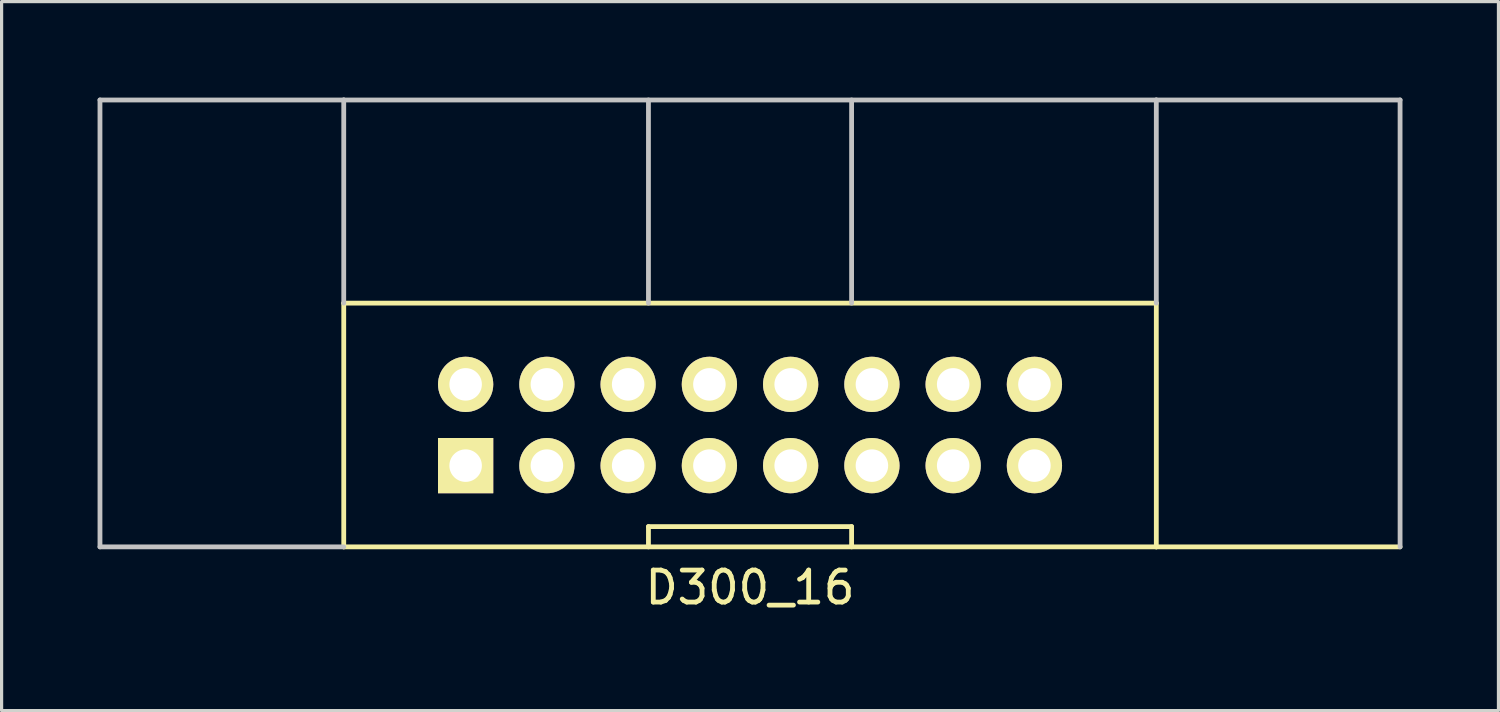
<source format=kicad_pcb>
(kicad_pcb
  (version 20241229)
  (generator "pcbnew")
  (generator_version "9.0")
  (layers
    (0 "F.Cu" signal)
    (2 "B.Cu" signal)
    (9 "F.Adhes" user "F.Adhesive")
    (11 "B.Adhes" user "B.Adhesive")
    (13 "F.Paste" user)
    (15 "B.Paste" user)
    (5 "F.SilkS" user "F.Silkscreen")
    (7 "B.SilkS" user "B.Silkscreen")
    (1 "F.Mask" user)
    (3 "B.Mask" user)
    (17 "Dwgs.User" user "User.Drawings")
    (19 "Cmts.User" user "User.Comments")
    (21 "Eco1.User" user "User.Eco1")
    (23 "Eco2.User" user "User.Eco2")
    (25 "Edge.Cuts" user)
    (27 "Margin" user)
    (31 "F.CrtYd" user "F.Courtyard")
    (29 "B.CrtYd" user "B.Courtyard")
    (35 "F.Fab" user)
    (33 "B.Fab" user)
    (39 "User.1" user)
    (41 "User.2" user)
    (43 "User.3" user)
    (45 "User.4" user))
  (footprint "D300_16"
    (layer "F.Cu")
    (at 20.395 12.775)
    (property "Reference" "D300_16" (at 0 2.54 0) (layer "F.SilkS") (effects (font (size 1 1) (thickness 0.15))))
    (attr through_hole)
    (fp_line (start -12.7 -6.35) (end -12.7 1.27) (stroke (width 0.15) (type solid)) (layer "F.SilkS"))
    (fp_line (start -12.7 -6.35) (end 12.7 -6.35) (stroke (width 0.15) (type solid)) (layer "F.SilkS"))
    (fp_line (start -12.7 1.27) (end 12.7 1.27) (stroke (width 0.15) (type solid)) (layer "F.SilkS"))
    (fp_line (start -3.175 0.635) (end -3.175 1.27) (stroke (width 0.15) (type solid)) (layer "F.SilkS"))
    (fp_line (start 3.175 0.635) (end -3.175 0.635) (stroke (width 0.15) (type solid)) (layer "F.SilkS"))
    (fp_line (start 3.175 1.27) (end 3.175 0.635) (stroke (width 0.15) (type solid)) (layer "F.SilkS"))
    (fp_line (start 12.7 -6.35) (end 12.7 1.27) (stroke (width 0.15) (type solid)) (layer "F.SilkS"))
    (fp_line (start 12.7 1.27) (end 20.32 1.27) (stroke (width 0.15) (type solid)) (layer "F.SilkS"))
    (fp_line (start -20.32 -12.7) (end -20.32 1.27) (stroke (width 0.15) (type solid)) (layer "Dwgs.User"))
    (fp_line (start -20.32 1.27) (end -12.7 1.27) (stroke (width 0.15) (type solid)) (layer "Dwgs.User"))
    (fp_line (start -12.7 -12.7) (end -20.32 -12.7) (stroke (width 0.15) (type solid)) (layer "Dwgs.User"))
    (fp_line (start -12.7 -12.7) (end 12.7 -12.7) (stroke (width 0.15) (type solid)) (layer "Dwgs.User"))
    (fp_line (start -12.7 -6.35) (end -12.7 -12.7) (stroke (width 0.15) (type solid)) (layer "Dwgs.User"))
    (fp_line (start -3.175 -6.35) (end -3.175 -12.7) (stroke (width 0.15) (type solid)) (layer "Dwgs.User"))
    (fp_line (start 3.175 -6.35) (end 3.175 -12.7) (stroke (width 0.15) (type solid)) (layer "Dwgs.User"))
    (fp_line (start 12.7 -12.7) (end 20.32 -12.7) (stroke (width 0.15) (type solid)) (layer "Dwgs.User"))
    (fp_line (start 12.7 -6.35) (end 12.7 -12.7) (stroke (width 0.15) (type solid)) (layer "Dwgs.User"))
    (fp_line (start 20.32 -12.7) (end 20.32 1.27) (stroke (width 0.15) (type solid)) (layer "Dwgs.User"))
    (pad "1" thru_hole rect (at -8.89 -1.27) (size 1.727 1.727) (drill 1.016) (layers "*.Cu" "*.Mask" "F.SilkS"))
    (pad "2" thru_hole circle (at -8.89 -3.81) (size 1.727 1.727) (drill 1.016) (layers "*.Cu" "*.Mask" "F.SilkS"))
    (pad "3" thru_hole circle (at -6.35 -1.27) (size 1.727 1.727) (drill 1.016) (layers "*.Cu" "*.Mask" "F.SilkS"))
    (pad "4" thru_hole circle (at -6.35 -3.81) (size 1.727 1.727) (drill 1.016) (layers "*.Cu" "*.Mask" "F.SilkS"))
    (pad "5" thru_hole circle (at -3.81 -1.27) (size 1.727 1.727) (drill 1.016) (layers "*.Cu" "*.Mask" "F.SilkS"))
    (pad "6" thru_hole circle (at -3.81 -3.81) (size 1.727 1.727) (drill 1.016) (layers "*.Cu" "*.Mask" "F.SilkS"))
    (pad "7" thru_hole circle (at -1.27 -1.27) (size 1.727 1.727) (drill 1.016) (layers "*.Cu" "*.Mask" "F.SilkS"))
    (pad "8" thru_hole circle (at -1.27 -3.81) (size 1.727 1.727) (drill 1.016) (layers "*.Cu" "*.Mask" "F.SilkS"))
    (pad "9" thru_hole circle (at 1.27 -1.27) (size 1.727 1.727) (drill 1.016) (layers "*.Cu" "*.Mask" "F.SilkS"))
    (pad "10" thru_hole circle (at 1.27 -3.81) (size 1.727 1.727) (drill 1.016) (layers "*.Cu" "*.Mask" "F.SilkS"))
    (pad "11" thru_hole circle (at 3.81 -1.27) (size 1.727 1.727) (drill 1.016) (layers "*.Cu" "*.Mask" "F.SilkS"))
    (pad "12" thru_hole circle (at 3.81 -3.81) (size 1.727 1.727) (drill 1.016) (layers "*.Cu" "*.Mask" "F.SilkS"))
    (pad "13" thru_hole circle (at 6.35 -1.27) (size 1.727 1.727) (drill 1.016) (layers "*.Cu" "*.Mask" "F.SilkS"))
    (pad "14" thru_hole circle (at 6.35 -3.81) (size 1.727 1.727) (drill 1.016) (layers "*.Cu" "*.Mask" "F.SilkS"))
    (pad "15" thru_hole circle (at 8.89 -1.27) (size 1.727 1.727) (drill 1.016) (layers "*.Cu" "*.Mask" "F.SilkS"))
    (pad "16" thru_hole circle (at 8.89 -3.81) (size 1.727 1.727) (drill 1.016) (layers "*.Cu" "*.Mask" "F.SilkS")))
  (gr_rect
    (start -3 -3)
    (end 43.79 19.163)
    (stroke (width 0.1) (type default))
    (fill no)
    (layer "Edge.Cuts")))
</source>
